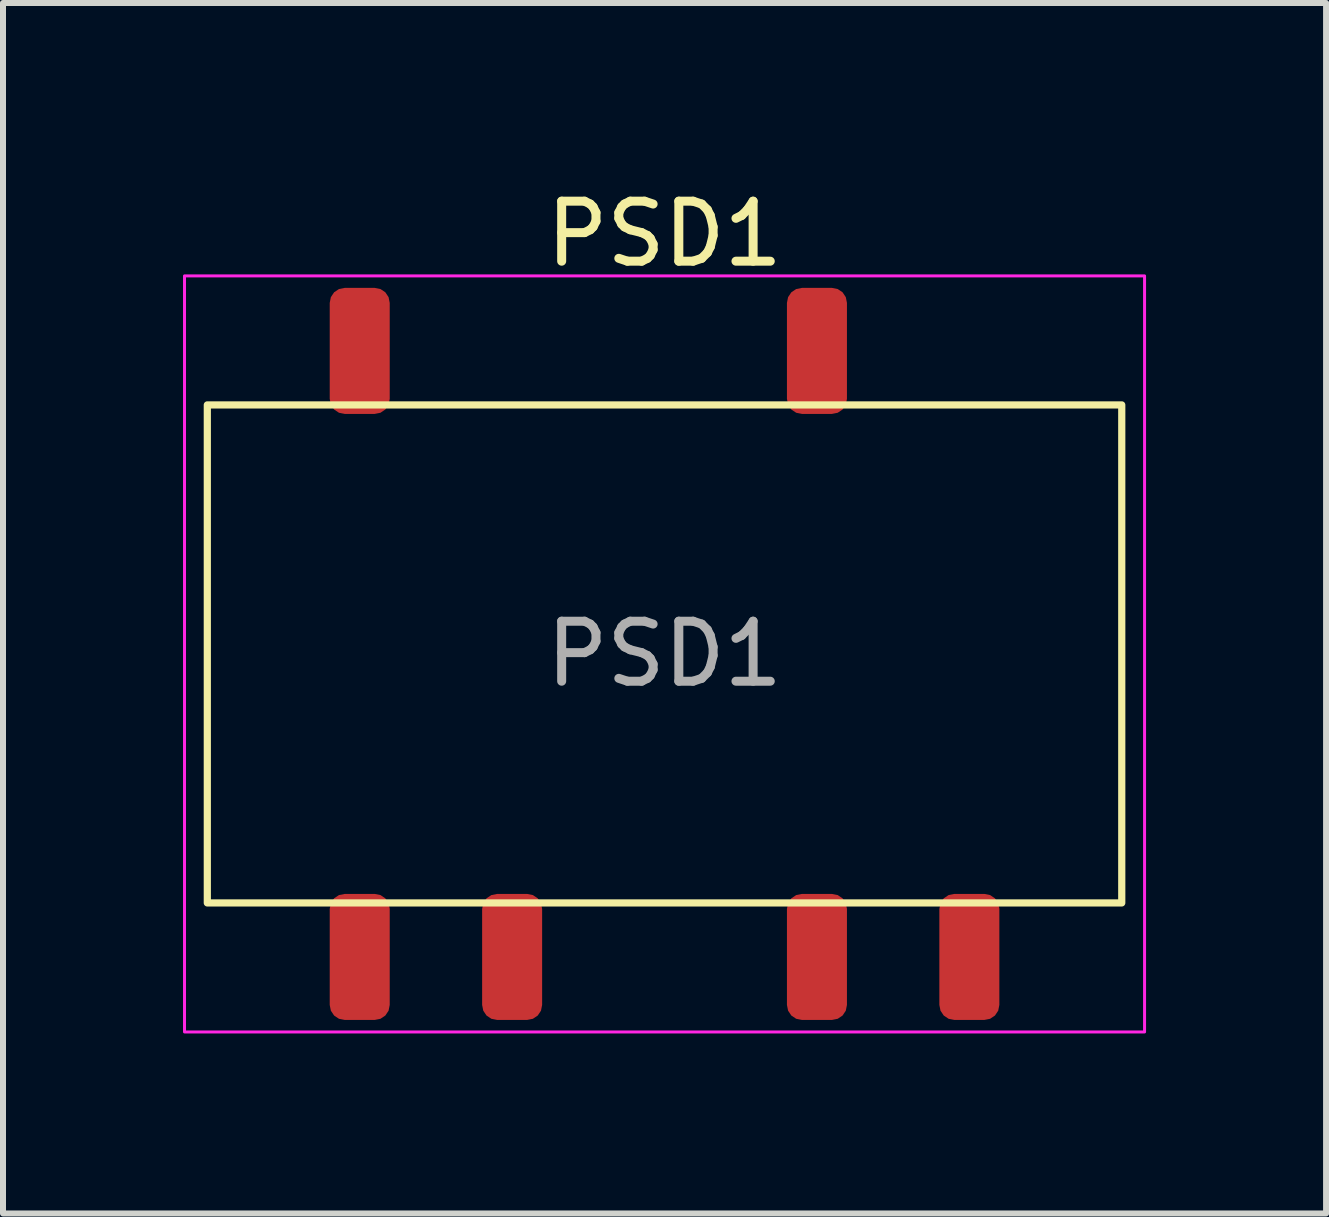
<source format=kicad_pcb>
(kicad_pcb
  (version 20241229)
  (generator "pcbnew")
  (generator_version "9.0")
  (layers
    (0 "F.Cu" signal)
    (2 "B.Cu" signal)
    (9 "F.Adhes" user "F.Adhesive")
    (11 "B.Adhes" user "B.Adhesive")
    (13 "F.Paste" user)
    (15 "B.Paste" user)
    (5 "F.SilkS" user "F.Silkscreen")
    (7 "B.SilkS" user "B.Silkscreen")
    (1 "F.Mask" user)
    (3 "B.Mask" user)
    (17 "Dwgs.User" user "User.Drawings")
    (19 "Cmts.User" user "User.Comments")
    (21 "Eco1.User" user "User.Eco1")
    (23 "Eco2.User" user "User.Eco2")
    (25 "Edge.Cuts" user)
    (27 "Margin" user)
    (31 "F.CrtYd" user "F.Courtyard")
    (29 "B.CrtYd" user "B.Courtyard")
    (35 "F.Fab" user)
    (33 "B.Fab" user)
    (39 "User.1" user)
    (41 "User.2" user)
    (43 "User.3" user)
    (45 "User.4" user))
  (footprint "PSD1"
    (layer "F.Cu")
    (at 8.025 7.848)
    (property "Reference" "PSD1" (at 0 -7 0) (unlocked yes) (layer "F.SilkS") (effects (font (size 1 1) (thickness 0.15))))
    (attr smd)
    (fp_rect (start -7.62 -4.15) (end 7.62 4.15) (stroke (width 0.12) (type solid)) (fill no) (layer "F.SilkS"))
    (fp_rect (start -8 -6.3) (end 8 6.3) (stroke (width 0.05) (type solid)) (fill no) (layer "F.CrtYd"))
    (fp_text user "${REFERENCE}" (at 0 0 0) (unlocked yes) (layer "F.Fab") (effects (font (size 1 1) (thickness 0.15))))
    (pad "1" smd roundrect (at -5.08 5.05) (size 1 2.1) (layers "F.Cu" "F.Mask" "F.Paste") (roundrect_rratio 0.25))
    (pad "2" smd roundrect (at -2.54 5.05) (size 1 2.1) (layers "F.Cu" "F.Mask" "F.Paste") (roundrect_rratio 0.25))
    (pad "4" smd roundrect (at 2.54 5.05) (size 1 2.1) (layers "F.Cu" "F.Mask" "F.Paste") (roundrect_rratio 0.25))
    (pad "5" smd roundrect (at 5.08 5.05) (size 1 2.1) (layers "F.Cu" "F.Mask" "F.Paste") (roundrect_rratio 0.25))
    (pad "7" smd roundrect (at 2.54 -5.05) (size 1 2.1) (layers "F.Cu" "F.Mask" "F.Paste") (roundrect_rratio 0.25))
    (pad "10" smd roundrect (at -5.08 -5.05) (size 1 2.1) (layers "F.Cu" "F.Mask" "F.Paste") (roundrect_rratio 0.25)))
  (gr_rect
    (start -3 -3)
    (end 19.05 17.173)
    (stroke (width 0.1) (type default))
    (fill no)
    (layer "Edge.Cuts")))
</source>
